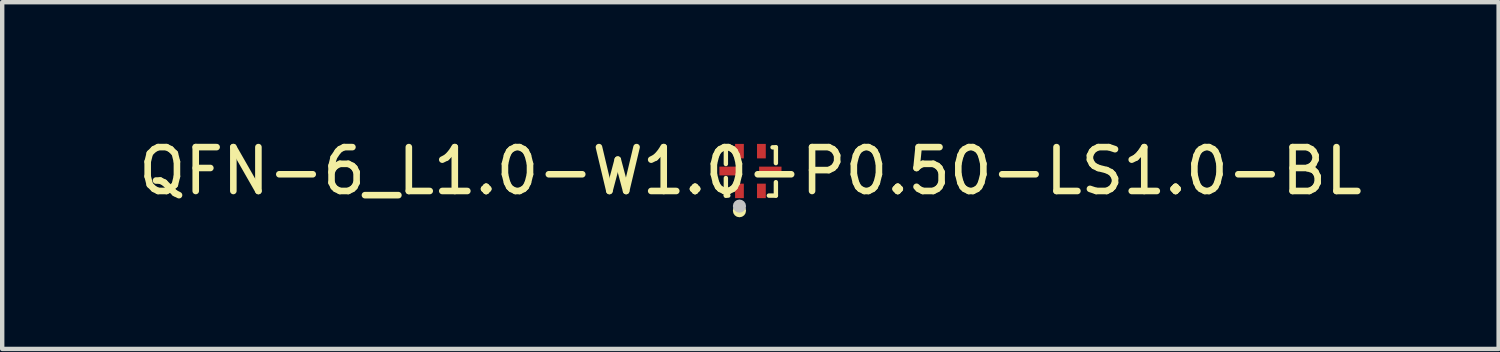
<source format=kicad_pcb>
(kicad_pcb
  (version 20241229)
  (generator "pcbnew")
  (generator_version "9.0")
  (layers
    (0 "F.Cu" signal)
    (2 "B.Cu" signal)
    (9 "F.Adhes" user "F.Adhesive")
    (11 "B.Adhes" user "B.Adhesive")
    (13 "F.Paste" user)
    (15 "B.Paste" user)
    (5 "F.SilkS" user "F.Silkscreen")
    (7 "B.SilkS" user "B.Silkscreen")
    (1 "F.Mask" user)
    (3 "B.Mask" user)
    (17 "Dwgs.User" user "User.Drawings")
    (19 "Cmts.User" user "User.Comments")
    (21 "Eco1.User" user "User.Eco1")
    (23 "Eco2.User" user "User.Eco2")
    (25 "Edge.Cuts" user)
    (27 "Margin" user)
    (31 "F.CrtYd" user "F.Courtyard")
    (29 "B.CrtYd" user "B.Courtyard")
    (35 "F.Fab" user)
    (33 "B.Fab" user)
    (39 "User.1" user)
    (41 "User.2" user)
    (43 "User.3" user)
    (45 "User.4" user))
  (footprint "QFN-6_L1.0-W1.0-P0.50-LS1.0-BL"
    (layer "F.Cu")
    (at 14.054 0.848)
    (property "Reference" "QFN-6_L1.0-W1.0-P0.50-LS1.0-BL" (at 0 0 0) (layer "F.SilkS") (effects (font (size 1 1) (thickness 0.15))))
    (fp_line (start -0.56 -0.54) (end -0.56 -0.16) (stroke (width 0.1) (type default)) (layer "F.SilkS"))
    (fp_line (start -0.56 0.16) (end -0.56 0.56) (stroke (width 0.1) (type default)) (layer "F.SilkS"))
    (fp_line (start -0.56 0.56) (end -0.504 0.56) (stroke (width 0.1) (type default)) (layer "F.SilkS"))
    (fp_line (start -0.44 -0.54) (end -0.56 -0.54) (stroke (width 0.1) (type default)) (layer "F.SilkS"))
    (fp_line (start 0.504 -0.54) (end 0.58 -0.54) (stroke (width 0.1) (type default)) (layer "F.SilkS"))
    (fp_line (start 0.58 -0.54) (end 0.58 -0.18) (stroke (width 0.1) (type default)) (layer "F.SilkS"))
    (fp_line (start 0.58 0.254) (end 0.58 0.56) (stroke (width 0.1) (type default)) (layer "F.SilkS"))
    (fp_line (start 0.58 0.56) (end 0.42 0.56) (stroke (width 0.1) (type default)) (layer "F.SilkS"))
    (fp_circle (center -0.25 0.904) (end -0.175 0.904) (stroke (width 0.15) (type default)) (fill no) (layer "F.SilkS"))
    (fp_circle (center -0.25 0.8) (end -0.175 0.8) (stroke (width 0.15) (type default)) (fill no) (layer "Dwgs.User"))
    (fp_poly (pts (xy -0.497 -0.1) (xy -0.198 -0.1) (xy -0.198 0.1) (xy -0.497 0.1)) (stroke (width 0.1) (type default)) (fill no) (layer "User.1"))
    (fp_poly (pts (xy -0.337 -0.5) (xy -0.163 -0.5) (xy -0.163 -0.3) (xy -0.337 -0.3)) (stroke (width 0.1) (type default)) (fill no) (layer "User.1"))
    (fp_poly (pts (xy -0.337 0.3) (xy -0.163 0.3) (xy -0.163 0.5) (xy -0.337 0.5)) (stroke (width 0.1) (type default)) (fill no) (layer "User.1"))
    (fp_poly (pts (xy 0.163 -0.5) (xy 0.337 -0.5) (xy 0.337 -0.3) (xy 0.163 -0.3)) (stroke (width 0.1) (type default)) (fill no) (layer "User.1"))
    (fp_poly (pts (xy 0.163 0.3) (xy 0.337 0.3) (xy 0.337 0.5) (xy 0.163 0.5)) (stroke (width 0.1) (type default)) (fill no) (layer "User.1"))
    (fp_poly (pts (xy 0.198 -0.1) (xy 0.497 -0.1) (xy 0.497 0.1) (xy 0.198 0.1)) (stroke (width 0.1) (type default)) (fill no) (layer "User.1"))
    (fp_line (start -0.5 -0.5) (end 0.5 -0.5) (stroke (width 0.051) (type default)) (layer "User.2"))
    (fp_line (start -0.5 0.5) (end -0.5 -0.5) (stroke (width 0.051) (type default)) (layer "User.2"))
    (fp_line (start 0.5 -0.5) (end 0.5 0.5) (stroke (width 0.051) (type default)) (layer "User.2"))
    (fp_line (start 0.5 0.5) (end -0.5 0.5) (stroke (width 0.051) (type default)) (layer "User.2"))
    (fp_poly (pts (xy -0.44 0.5) (xy -0.458 0.458) (xy -0.5 0.44) (xy -0.542 0.458) (xy -0.56 0.5) (xy -0.542 0.542) (xy -0.5 0.56) (xy -0.458 0.542)) (stroke (width 0.1) (type default)) (fill no) (layer "User.3"))
    (pad "1" smd rect (at -0.25 0.453) (size 0.2 0.33) (layers "F.Cu" "F.Mask" "F.Paste"))
    (pad "2" smd rect (at 0.25 0.453) (size 0.2 0.33) (layers "F.Cu" "F.Mask" "F.Paste"))
    (pad "3" smd rect (at 0.453 0) (size 0.51 0.2) (layers "F.Cu" "F.Mask" "F.Paste"))
    (pad "4" smd rect (at 0.25 -0.453) (size 0.2 0.33) (layers "F.Cu" "F.Mask" "F.Paste"))
    (pad "5" smd rect (at -0.25 -0.453) (size 0.2 0.33) (layers "F.Cu" "F.Mask" "F.Paste"))
    (pad "6" smd rect (at -0.453 0) (size 0.51 0.2) (layers "F.Cu" "F.Mask" "F.Paste")))
  (gr_rect
    (start -3 -3)
    (end 31.107 4.903)
    (stroke (width 0.1) (type default))
    (fill no)
    (layer "Edge.Cuts")))
</source>
